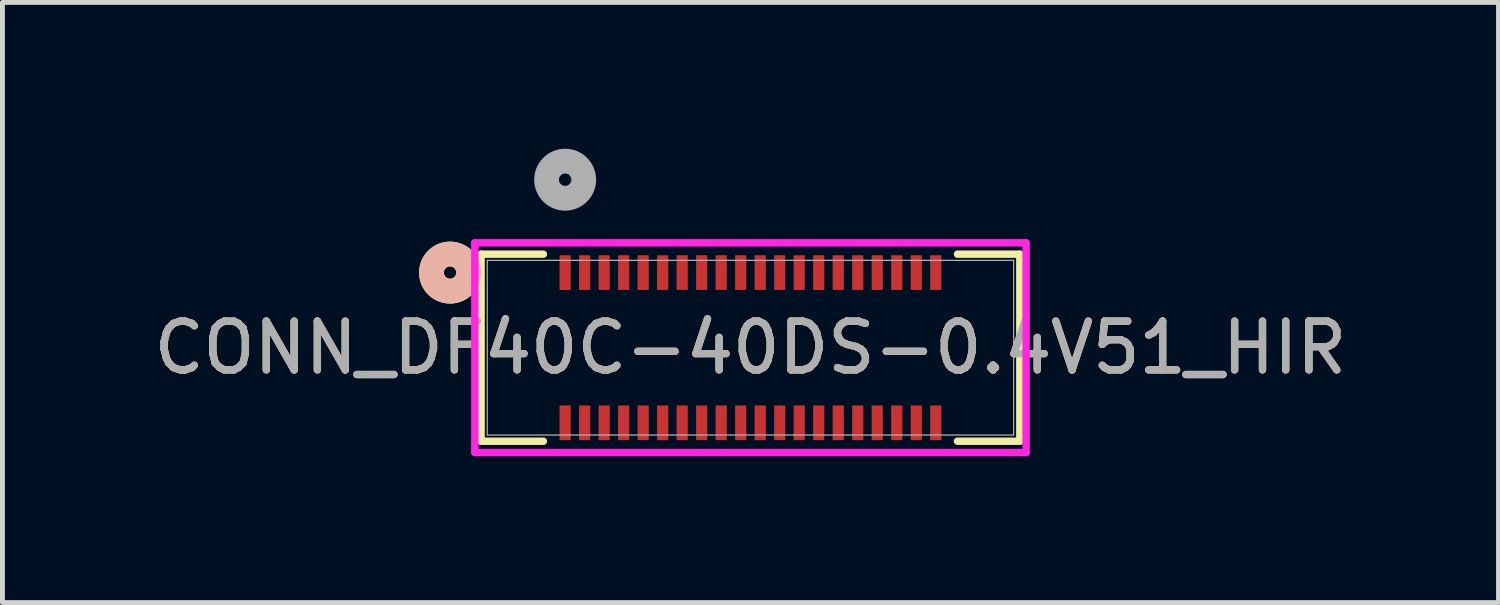
<source format=kicad_pcb>
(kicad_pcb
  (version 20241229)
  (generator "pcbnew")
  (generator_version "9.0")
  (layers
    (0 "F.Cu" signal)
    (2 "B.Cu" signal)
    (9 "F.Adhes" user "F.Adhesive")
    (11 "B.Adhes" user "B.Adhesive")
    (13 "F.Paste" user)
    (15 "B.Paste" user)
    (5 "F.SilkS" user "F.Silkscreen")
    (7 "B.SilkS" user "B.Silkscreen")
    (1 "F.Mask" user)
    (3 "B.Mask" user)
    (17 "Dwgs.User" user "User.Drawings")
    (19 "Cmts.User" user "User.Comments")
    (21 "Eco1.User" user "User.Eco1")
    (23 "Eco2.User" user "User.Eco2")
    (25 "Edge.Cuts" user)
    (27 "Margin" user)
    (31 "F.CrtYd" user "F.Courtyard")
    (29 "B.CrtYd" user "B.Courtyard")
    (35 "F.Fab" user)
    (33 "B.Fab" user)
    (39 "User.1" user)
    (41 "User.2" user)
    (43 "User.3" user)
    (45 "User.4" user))
  (footprint "CONN_DF40C-40DS-0.4V51_HIR"
    (layer "F.Cu")
    (at 12.339 4.08)
    (property "Reference" "CONN_DF40C-40DS-0.4V51_HIR" (at 0 0 0) (unlocked yes) (layer "F.SilkS") (effects (font (size 1 1) (thickness 0.15))))
    (attr smd)
    (fp_line (start -5.524 -1.918) (end -5.524 1.918) (stroke (width 0.152) (type solid)) (layer "F.SilkS"))
    (fp_line (start -5.524 1.918) (end -4.246 1.918) (stroke (width 0.152) (type solid)) (layer "F.SilkS"))
    (fp_line (start -4.246 -1.918) (end -5.524 -1.918) (stroke (width 0.152) (type solid)) (layer "F.SilkS"))
    (fp_line (start 4.246 1.918) (end 5.524 1.918) (stroke (width 0.152) (type solid)) (layer "F.SilkS"))
    (fp_line (start 5.524 -1.918) (end 4.246 -1.918) (stroke (width 0.152) (type solid)) (layer "F.SilkS"))
    (fp_line (start 5.524 1.918) (end 5.524 -1.918) (stroke (width 0.152) (type solid)) (layer "F.SilkS"))
    (fp_circle (center -6.16 -1.54) (end -5.779 -1.54) (stroke (width 0.508) (type solid)) (fill no) (layer "F.SilkS"))
    (fp_circle (center -6.16 -1.54) (end -5.779 -1.54) (stroke (width 0.508) (type solid)) (fill no) (layer "B.SilkS"))
    (fp_line (start -5.652 -2.15) (end -5.652 2.15) (stroke (width 0.152) (type solid)) (layer "F.CrtYd"))
    (fp_line (start -5.652 2.15) (end 5.652 2.15) (stroke (width 0.152) (type solid)) (layer "F.CrtYd"))
    (fp_line (start 5.652 -2.15) (end -5.652 -2.15) (stroke (width 0.152) (type solid)) (layer "F.CrtYd"))
    (fp_line (start 5.652 2.15) (end 5.652 -2.15) (stroke (width 0.152) (type solid)) (layer "F.CrtYd"))
    (fp_line (start -5.397 -1.791) (end -5.397 1.791) (stroke (width 0.025) (type solid)) (layer "F.Fab"))
    (fp_line (start -5.397 1.791) (end 5.397 1.791) (stroke (width 0.025) (type solid)) (layer "F.Fab"))
    (fp_line (start 5.397 -1.791) (end -5.397 -1.791) (stroke (width 0.025) (type solid)) (layer "F.Fab"))
    (fp_line (start 5.397 1.791) (end 5.397 -1.791) (stroke (width 0.025) (type solid)) (layer "F.Fab"))
    (fp_circle (center -3.8 -3.445) (end -3.419 -3.445) (stroke (width 0.508) (type solid)) (fill no) (layer "F.Fab"))
    (fp_text user "${REFERENCE}" (at 0 0 0) (unlocked yes) (layer "F.Fab") (effects (font (size 1 1) (thickness 0.15))))
    (pad "1" smd rect (at -3.8 -1.54) (size 0.229 0.711) (layers "F.Cu" "F.Mask" "F.Paste"))
    (pad "2" smd rect (at -3.8 1.54) (size 0.229 0.711) (layers "F.Cu" "F.Mask" "F.Paste"))
    (pad "3" smd rect (at -3.4 -1.54) (size 0.229 0.711) (layers "F.Cu" "F.Mask" "F.Paste"))
    (pad "4" smd rect (at -3.4 1.54) (size 0.229 0.711) (layers "F.Cu" "F.Mask" "F.Paste"))
    (pad "5" smd rect (at -3 -1.54) (size 0.229 0.711) (layers "F.Cu" "F.Mask" "F.Paste"))
    (pad "6" smd rect (at -3 1.54) (size 0.229 0.711) (layers "F.Cu" "F.Mask" "F.Paste"))
    (pad "7" smd rect (at -2.6 -1.54) (size 0.229 0.711) (layers "F.Cu" "F.Mask" "F.Paste"))
    (pad "8" smd rect (at -2.6 1.54) (size 0.229 0.711) (layers "F.Cu" "F.Mask" "F.Paste"))
    (pad "9" smd rect (at -2.2 -1.54) (size 0.229 0.711) (layers "F.Cu" "F.Mask" "F.Paste"))
    (pad "10" smd rect (at -2.2 1.54) (size 0.229 0.711) (layers "F.Cu" "F.Mask" "F.Paste"))
    (pad "11" smd rect (at -1.8 -1.54) (size 0.229 0.711) (layers "F.Cu" "F.Mask" "F.Paste"))
    (pad "12" smd rect (at -1.8 1.54) (size 0.229 0.711) (layers "F.Cu" "F.Mask" "F.Paste"))
    (pad "13" smd rect (at -1.4 -1.54) (size 0.229 0.711) (layers "F.Cu" "F.Mask" "F.Paste"))
    (pad "14" smd rect (at -1.4 1.54) (size 0.229 0.711) (layers "F.Cu" "F.Mask" "F.Paste"))
    (pad "15" smd rect (at -1 -1.54) (size 0.229 0.711) (layers "F.Cu" "F.Mask" "F.Paste"))
    (pad "16" smd rect (at -1 1.54) (size 0.229 0.711) (layers "F.Cu" "F.Mask" "F.Paste"))
    (pad "17" smd rect (at -0.6 -1.54) (size 0.229 0.711) (layers "F.Cu" "F.Mask" "F.Paste"))
    (pad "18" smd rect (at -0.6 1.54) (size 0.229 0.711) (layers "F.Cu" "F.Mask" "F.Paste"))
    (pad "19" smd rect (at -0.2 -1.54) (size 0.229 0.711) (layers "F.Cu" "F.Mask" "F.Paste"))
    (pad "20" smd rect (at -0.2 1.54) (size 0.229 0.711) (layers "F.Cu" "F.Mask" "F.Paste"))
    (pad "21" smd rect (at 0.2 -1.54) (size 0.229 0.711) (layers "F.Cu" "F.Mask" "F.Paste"))
    (pad "22" smd rect (at 0.2 1.54) (size 0.229 0.711) (layers "F.Cu" "F.Mask" "F.Paste"))
    (pad "23" smd rect (at 0.6 -1.54) (size 0.229 0.711) (layers "F.Cu" "F.Mask" "F.Paste"))
    (pad "24" smd rect (at 0.6 1.54) (size 0.229 0.711) (layers "F.Cu" "F.Mask" "F.Paste"))
    (pad "25" smd rect (at 1 -1.54) (size 0.229 0.711) (layers "F.Cu" "F.Mask" "F.Paste"))
    (pad "26" smd rect (at 1 1.54) (size 0.229 0.711) (layers "F.Cu" "F.Mask" "F.Paste"))
    (pad "27" smd rect (at 1.4 -1.54) (size 0.229 0.711) (layers "F.Cu" "F.Mask" "F.Paste"))
    (pad "28" smd rect (at 1.4 1.54) (size 0.229 0.711) (layers "F.Cu" "F.Mask" "F.Paste"))
    (pad "29" smd rect (at 1.8 -1.54) (size 0.229 0.711) (layers "F.Cu" "F.Mask" "F.Paste"))
    (pad "30" smd rect (at 1.8 1.54) (size 0.229 0.711) (layers "F.Cu" "F.Mask" "F.Paste"))
    (pad "31" smd rect (at 2.2 -1.54) (size 0.229 0.711) (layers "F.Cu" "F.Mask" "F.Paste"))
    (pad "32" smd rect (at 2.2 1.54) (size 0.229 0.711) (layers "F.Cu" "F.Mask" "F.Paste"))
    (pad "33" smd rect (at 2.6 -1.54) (size 0.229 0.711) (layers "F.Cu" "F.Mask" "F.Paste"))
    (pad "34" smd rect (at 2.6 1.54) (size 0.229 0.711) (layers "F.Cu" "F.Mask" "F.Paste"))
    (pad "35" smd rect (at 3 -1.54) (size 0.229 0.711) (layers "F.Cu" "F.Mask" "F.Paste"))
    (pad "36" smd rect (at 3 1.54) (size 0.229 0.711) (layers "F.Cu" "F.Mask" "F.Paste"))
    (pad "37" smd rect (at 3.4 -1.54) (size 0.229 0.711) (layers "F.Cu" "F.Mask" "F.Paste"))
    (pad "38" smd rect (at 3.4 1.54) (size 0.229 0.711) (layers "F.Cu" "F.Mask" "F.Paste"))
    (pad "39" smd rect (at 3.8 -1.54) (size 0.229 0.711) (layers "F.Cu" "F.Mask" "F.Paste"))
    (pad "40" smd rect (at 3.8 1.54) (size 0.229 0.711) (layers "F.Cu" "F.Mask" "F.Paste")))
  (gr_rect
    (start -3 -3)
    (end 27.679 9.306)
    (stroke (width 0.1) (type default))
    (fill no)
    (layer "Edge.Cuts")))
</source>
